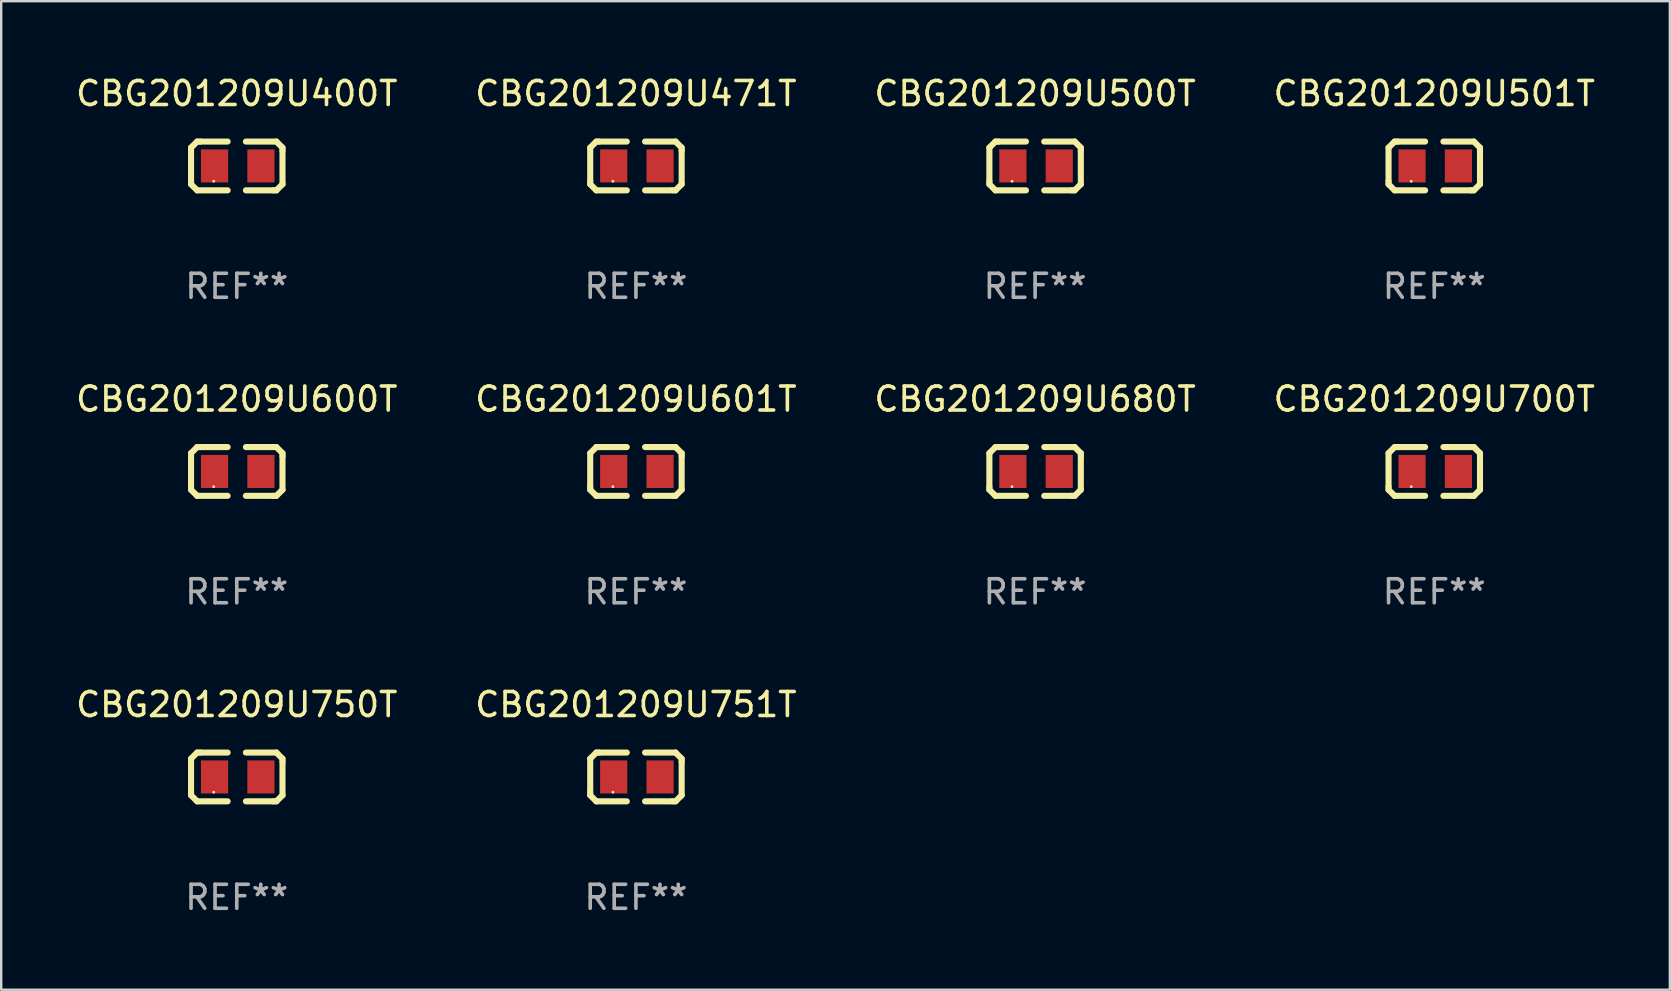
<source format=kicad_pcb>
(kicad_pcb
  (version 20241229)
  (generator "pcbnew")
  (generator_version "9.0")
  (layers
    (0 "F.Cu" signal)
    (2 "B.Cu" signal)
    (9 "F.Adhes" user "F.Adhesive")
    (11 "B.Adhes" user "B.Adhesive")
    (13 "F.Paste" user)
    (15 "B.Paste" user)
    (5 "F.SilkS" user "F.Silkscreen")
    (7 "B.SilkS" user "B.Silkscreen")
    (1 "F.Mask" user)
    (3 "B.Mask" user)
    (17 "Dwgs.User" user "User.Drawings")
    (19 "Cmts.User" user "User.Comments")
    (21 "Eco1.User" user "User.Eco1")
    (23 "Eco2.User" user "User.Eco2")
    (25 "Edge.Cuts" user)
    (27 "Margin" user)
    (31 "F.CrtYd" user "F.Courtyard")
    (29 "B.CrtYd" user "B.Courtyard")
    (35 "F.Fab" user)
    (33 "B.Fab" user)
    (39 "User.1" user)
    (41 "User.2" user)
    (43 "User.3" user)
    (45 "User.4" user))
  (footprint "CBG201209U471T"
    (layer "F.Cu")
    (at 23.446 3.864)
    (property "Reference" "CBG201209U471T" (at 0 -3.016 0) (layer "F.SilkS") (effects (font (size 1 1) (thickness 0.15))))
    (attr through_hole)
    (fp_line (start -1.905 -0.762) (end -1.905 0.635) (stroke (width 0.254) (type solid)) (layer "F.SilkS"))
    (fp_line (start -1.905 0.635) (end -1.905 0.762) (stroke (width 0.254) (type solid)) (layer "F.SilkS"))
    (fp_line (start -1.905 0.762) (end -1.651 1.016) (stroke (width 0.254) (type solid)) (layer "F.SilkS"))
    (fp_line (start -1.651 -1.016) (end -1.905 -0.762) (stroke (width 0.254) (type solid)) (layer "F.SilkS"))
    (fp_line (start -1.651 1.016) (end -0.381 1.016) (stroke (width 0.254) (type solid)) (layer "F.SilkS"))
    (fp_line (start -1.524 -1.016) (end -1.651 -1.016) (stroke (width 0.254) (type solid)) (layer "F.SilkS"))
    (fp_line (start -0.381 -1.016) (end -1.524 -1.016) (stroke (width 0.254) (type solid)) (layer "F.SilkS"))
    (fp_line (start 0.381 1.016) (end 1.524 1.016) (stroke (width 0.254) (type solid)) (layer "F.SilkS"))
    (fp_line (start 1.524 1.016) (end 1.651 1.016) (stroke (width 0.254) (type solid)) (layer "F.SilkS"))
    (fp_line (start 1.651 -1.016) (end 0.381 -1.016) (stroke (width 0.254) (type solid)) (layer "F.SilkS"))
    (fp_line (start 1.651 1.016) (end 1.905 0.762) (stroke (width 0.254) (type solid)) (layer "F.SilkS"))
    (fp_line (start 1.905 -0.762) (end 1.651 -1.016) (stroke (width 0.254) (type solid)) (layer "F.SilkS"))
    (fp_line (start 1.905 -0.635) (end 1.905 -0.762) (stroke (width 0.254) (type solid)) (layer "F.SilkS"))
    (fp_line (start 1.905 0.762) (end 1.905 -0.635) (stroke (width 0.254) (type solid)) (layer "F.SilkS"))
    (fp_circle (center -0.96 0.637) (end -0.93 0.637) (stroke (width 0.06) (type solid)) (fill no) (layer "F.SilkS"))
    (fp_text user "REF**" (at 0 5.016 0) (layer "F.Fab") (effects (font (size 1 1) (thickness 0.15))))
    (pad "1" smd rect (at -0.926 -0.000051) (size 1.133 1.377) (layers "F.Cu" "F.Mask" "F.Paste"))
    (pad "2" smd rect (at 1.006 -0.000051) (size 1.133 1.377) (layers "F.Cu" "F.Mask" "F.Paste")))
  (footprint "CBG201209U750T"
    (layer "F.Cu")
    (at 6.815 29.321)
    (property "Reference" "CBG201209U750T" (at 0 -3.016 0) (layer "F.SilkS") (effects (font (size 1 1) (thickness 0.15))))
    (attr through_hole)
    (fp_line (start -1.905 -0.762) (end -1.905 0.635) (stroke (width 0.254) (type solid)) (layer "F.SilkS"))
    (fp_line (start -1.905 0.635) (end -1.905 0.762) (stroke (width 0.254) (type solid)) (layer "F.SilkS"))
    (fp_line (start -1.905 0.762) (end -1.651 1.016) (stroke (width 0.254) (type solid)) (layer "F.SilkS"))
    (fp_line (start -1.651 -1.016) (end -1.905 -0.762) (stroke (width 0.254) (type solid)) (layer "F.SilkS"))
    (fp_line (start -1.651 1.016) (end -0.381 1.016) (stroke (width 0.254) (type solid)) (layer "F.SilkS"))
    (fp_line (start -1.524 -1.016) (end -1.651 -1.016) (stroke (width 0.254) (type solid)) (layer "F.SilkS"))
    (fp_line (start -0.381 -1.016) (end -1.524 -1.016) (stroke (width 0.254) (type solid)) (layer "F.SilkS"))
    (fp_line (start 0.381 1.016) (end 1.524 1.016) (stroke (width 0.254) (type solid)) (layer "F.SilkS"))
    (fp_line (start 1.524 1.016) (end 1.651 1.016) (stroke (width 0.254) (type solid)) (layer "F.SilkS"))
    (fp_line (start 1.651 -1.016) (end 0.381 -1.016) (stroke (width 0.254) (type solid)) (layer "F.SilkS"))
    (fp_line (start 1.651 1.016) (end 1.905 0.762) (stroke (width 0.254) (type solid)) (layer "F.SilkS"))
    (fp_line (start 1.905 -0.762) (end 1.651 -1.016) (stroke (width 0.254) (type solid)) (layer "F.SilkS"))
    (fp_line (start 1.905 -0.635) (end 1.905 -0.762) (stroke (width 0.254) (type solid)) (layer "F.SilkS"))
    (fp_line (start 1.905 0.762) (end 1.905 -0.635) (stroke (width 0.254) (type solid)) (layer "F.SilkS"))
    (fp_circle (center -0.96 0.637) (end -0.93 0.637) (stroke (width 0.06) (type solid)) (fill no) (layer "F.SilkS"))
    (fp_text user "REF**" (at 0 5.016 0) (layer "F.Fab") (effects (font (size 1 1) (thickness 0.15))))
    (pad "1" smd rect (at -0.926 -0.000051) (size 1.133 1.377) (layers "F.Cu" "F.Mask" "F.Paste"))
    (pad "2" smd rect (at 1.006 -0.000051) (size 1.133 1.377) (layers "F.Cu" "F.Mask" "F.Paste")))
  (footprint "CBG201209U680T"
    (layer "F.Cu")
    (at 40.077 16.593)
    (property "Reference" "CBG201209U680T" (at 0 -3.016 0) (layer "F.SilkS") (effects (font (size 1 1) (thickness 0.15))))
    (attr through_hole)
    (fp_line (start -1.905 -0.762) (end -1.905 0.635) (stroke (width 0.254) (type solid)) (layer "F.SilkS"))
    (fp_line (start -1.905 0.635) (end -1.905 0.762) (stroke (width 0.254) (type solid)) (layer "F.SilkS"))
    (fp_line (start -1.905 0.762) (end -1.651 1.016) (stroke (width 0.254) (type solid)) (layer "F.SilkS"))
    (fp_line (start -1.651 -1.016) (end -1.905 -0.762) (stroke (width 0.254) (type solid)) (layer "F.SilkS"))
    (fp_line (start -1.651 1.016) (end -0.381 1.016) (stroke (width 0.254) (type solid)) (layer "F.SilkS"))
    (fp_line (start -1.524 -1.016) (end -1.651 -1.016) (stroke (width 0.254) (type solid)) (layer "F.SilkS"))
    (fp_line (start -0.381 -1.016) (end -1.524 -1.016) (stroke (width 0.254) (type solid)) (layer "F.SilkS"))
    (fp_line (start 0.381 1.016) (end 1.524 1.016) (stroke (width 0.254) (type solid)) (layer "F.SilkS"))
    (fp_line (start 1.524 1.016) (end 1.651 1.016) (stroke (width 0.254) (type solid)) (layer "F.SilkS"))
    (fp_line (start 1.651 -1.016) (end 0.381 -1.016) (stroke (width 0.254) (type solid)) (layer "F.SilkS"))
    (fp_line (start 1.651 1.016) (end 1.905 0.762) (stroke (width 0.254) (type solid)) (layer "F.SilkS"))
    (fp_line (start 1.905 -0.762) (end 1.651 -1.016) (stroke (width 0.254) (type solid)) (layer "F.SilkS"))
    (fp_line (start 1.905 -0.635) (end 1.905 -0.762) (stroke (width 0.254) (type solid)) (layer "F.SilkS"))
    (fp_line (start 1.905 0.762) (end 1.905 -0.635) (stroke (width 0.254) (type solid)) (layer "F.SilkS"))
    (fp_circle (center -0.96 0.637) (end -0.93 0.637) (stroke (width 0.06) (type solid)) (fill no) (layer "F.SilkS"))
    (fp_text user "REF**" (at 0 5.016 0) (layer "F.Fab") (effects (font (size 1 1) (thickness 0.15))))
    (pad "1" smd rect (at -0.926 -0.000051) (size 1.133 1.377) (layers "F.Cu" "F.Mask" "F.Paste"))
    (pad "2" smd rect (at 1.006 -0.000051) (size 1.133 1.377) (layers "F.Cu" "F.Mask" "F.Paste")))
  (footprint "CBG201209U400T"
    (layer "F.Cu")
    (at 6.815 3.864)
    (property "Reference" "CBG201209U400T" (at 0 -3.016 0) (layer "F.SilkS") (effects (font (size 1 1) (thickness 0.15))))
    (attr through_hole)
    (fp_line (start -1.905 -0.762) (end -1.905 0.635) (stroke (width 0.254) (type solid)) (layer "F.SilkS"))
    (fp_line (start -1.905 0.635) (end -1.905 0.762) (stroke (width 0.254) (type solid)) (layer "F.SilkS"))
    (fp_line (start -1.905 0.762) (end -1.651 1.016) (stroke (width 0.254) (type solid)) (layer "F.SilkS"))
    (fp_line (start -1.651 -1.016) (end -1.905 -0.762) (stroke (width 0.254) (type solid)) (layer "F.SilkS"))
    (fp_line (start -1.651 1.016) (end -0.381 1.016) (stroke (width 0.254) (type solid)) (layer "F.SilkS"))
    (fp_line (start -1.524 -1.016) (end -1.651 -1.016) (stroke (width 0.254) (type solid)) (layer "F.SilkS"))
    (fp_line (start -0.381 -1.016) (end -1.524 -1.016) (stroke (width 0.254) (type solid)) (layer "F.SilkS"))
    (fp_line (start 0.381 1.016) (end 1.524 1.016) (stroke (width 0.254) (type solid)) (layer "F.SilkS"))
    (fp_line (start 1.524 1.016) (end 1.651 1.016) (stroke (width 0.254) (type solid)) (layer "F.SilkS"))
    (fp_line (start 1.651 -1.016) (end 0.381 -1.016) (stroke (width 0.254) (type solid)) (layer "F.SilkS"))
    (fp_line (start 1.651 1.016) (end 1.905 0.762) (stroke (width 0.254) (type solid)) (layer "F.SilkS"))
    (fp_line (start 1.905 -0.762) (end 1.651 -1.016) (stroke (width 0.254) (type solid)) (layer "F.SilkS"))
    (fp_line (start 1.905 -0.635) (end 1.905 -0.762) (stroke (width 0.254) (type solid)) (layer "F.SilkS"))
    (fp_line (start 1.905 0.762) (end 1.905 -0.635) (stroke (width 0.254) (type solid)) (layer "F.SilkS"))
    (fp_circle (center -0.96 0.637) (end -0.93 0.637) (stroke (width 0.06) (type solid)) (fill no) (layer "F.SilkS"))
    (fp_text user "REF**" (at 0 5.016 0) (layer "F.Fab") (effects (font (size 1 1) (thickness 0.15))))
    (pad "1" smd rect (at -0.926 -0.000051) (size 1.133 1.377) (layers "F.Cu" "F.Mask" "F.Paste"))
    (pad "2" smd rect (at 1.006 -0.000051) (size 1.133 1.377) (layers "F.Cu" "F.Mask" "F.Paste")))
  (footprint "CBG201209U751T"
    (layer "F.Cu")
    (at 23.446 29.321)
    (property "Reference" "CBG201209U751T" (at 0 -3.016 0) (layer "F.SilkS") (effects (font (size 1 1) (thickness 0.15))))
    (attr through_hole)
    (fp_line (start -1.905 -0.762) (end -1.905 0.635) (stroke (width 0.254) (type solid)) (layer "F.SilkS"))
    (fp_line (start -1.905 0.635) (end -1.905 0.762) (stroke (width 0.254) (type solid)) (layer "F.SilkS"))
    (fp_line (start -1.905 0.762) (end -1.651 1.016) (stroke (width 0.254) (type solid)) (layer "F.SilkS"))
    (fp_line (start -1.651 -1.016) (end -1.905 -0.762) (stroke (width 0.254) (type solid)) (layer "F.SilkS"))
    (fp_line (start -1.651 1.016) (end -0.381 1.016) (stroke (width 0.254) (type solid)) (layer "F.SilkS"))
    (fp_line (start -1.524 -1.016) (end -1.651 -1.016) (stroke (width 0.254) (type solid)) (layer "F.SilkS"))
    (fp_line (start -0.381 -1.016) (end -1.524 -1.016) (stroke (width 0.254) (type solid)) (layer "F.SilkS"))
    (fp_line (start 0.381 1.016) (end 1.524 1.016) (stroke (width 0.254) (type solid)) (layer "F.SilkS"))
    (fp_line (start 1.524 1.016) (end 1.651 1.016) (stroke (width 0.254) (type solid)) (layer "F.SilkS"))
    (fp_line (start 1.651 -1.016) (end 0.381 -1.016) (stroke (width 0.254) (type solid)) (layer "F.SilkS"))
    (fp_line (start 1.651 1.016) (end 1.905 0.762) (stroke (width 0.254) (type solid)) (layer "F.SilkS"))
    (fp_line (start 1.905 -0.762) (end 1.651 -1.016) (stroke (width 0.254) (type solid)) (layer "F.SilkS"))
    (fp_line (start 1.905 -0.635) (end 1.905 -0.762) (stroke (width 0.254) (type solid)) (layer "F.SilkS"))
    (fp_line (start 1.905 0.762) (end 1.905 -0.635) (stroke (width 0.254) (type solid)) (layer "F.SilkS"))
    (fp_circle (center -0.96 0.637) (end -0.93 0.637) (stroke (width 0.06) (type solid)) (fill no) (layer "F.SilkS"))
    (fp_text user "REF**" (at 0 5.016 0) (layer "F.Fab") (effects (font (size 1 1) (thickness 0.15))))
    (pad "1" smd rect (at -0.926 -0.000051) (size 1.133 1.377) (layers "F.Cu" "F.Mask" "F.Paste"))
    (pad "2" smd rect (at 1.006 -0.000051) (size 1.133 1.377) (layers "F.Cu" "F.Mask" "F.Paste")))
  (footprint "CBG201209U500T"
    (layer "F.Cu")
    (at 40.077 3.864)
    (property "Reference" "CBG201209U500T" (at 0 -3.016 0) (layer "F.SilkS") (effects (font (size 1 1) (thickness 0.15))))
    (attr through_hole)
    (fp_line (start -1.905 -0.762) (end -1.905 0.635) (stroke (width 0.254) (type solid)) (layer "F.SilkS"))
    (fp_line (start -1.905 0.635) (end -1.905 0.762) (stroke (width 0.254) (type solid)) (layer "F.SilkS"))
    (fp_line (start -1.905 0.762) (end -1.651 1.016) (stroke (width 0.254) (type solid)) (layer "F.SilkS"))
    (fp_line (start -1.651 -1.016) (end -1.905 -0.762) (stroke (width 0.254) (type solid)) (layer "F.SilkS"))
    (fp_line (start -1.651 1.016) (end -0.381 1.016) (stroke (width 0.254) (type solid)) (layer "F.SilkS"))
    (fp_line (start -1.524 -1.016) (end -1.651 -1.016) (stroke (width 0.254) (type solid)) (layer "F.SilkS"))
    (fp_line (start -0.381 -1.016) (end -1.524 -1.016) (stroke (width 0.254) (type solid)) (layer "F.SilkS"))
    (fp_line (start 0.381 1.016) (end 1.524 1.016) (stroke (width 0.254) (type solid)) (layer "F.SilkS"))
    (fp_line (start 1.524 1.016) (end 1.651 1.016) (stroke (width 0.254) (type solid)) (layer "F.SilkS"))
    (fp_line (start 1.651 -1.016) (end 0.381 -1.016) (stroke (width 0.254) (type solid)) (layer "F.SilkS"))
    (fp_line (start 1.651 1.016) (end 1.905 0.762) (stroke (width 0.254) (type solid)) (layer "F.SilkS"))
    (fp_line (start 1.905 -0.762) (end 1.651 -1.016) (stroke (width 0.254) (type solid)) (layer "F.SilkS"))
    (fp_line (start 1.905 -0.635) (end 1.905 -0.762) (stroke (width 0.254) (type solid)) (layer "F.SilkS"))
    (fp_line (start 1.905 0.762) (end 1.905 -0.635) (stroke (width 0.254) (type solid)) (layer "F.SilkS"))
    (fp_circle (center -0.96 0.637) (end -0.93 0.637) (stroke (width 0.06) (type solid)) (fill no) (layer "F.SilkS"))
    (fp_text user "REF**" (at 0 5.016 0) (layer "F.Fab") (effects (font (size 1 1) (thickness 0.15))))
    (pad "1" smd rect (at -0.926 -0.000051) (size 1.133 1.377) (layers "F.Cu" "F.Mask" "F.Paste"))
    (pad "2" smd rect (at 1.006 -0.000051) (size 1.133 1.377) (layers "F.Cu" "F.Mask" "F.Paste")))
  (footprint "CBG201209U600T"
    (layer "F.Cu")
    (at 6.815 16.593)
    (property "Reference" "CBG201209U600T" (at 0 -3.016 0) (layer "F.SilkS") (effects (font (size 1 1) (thickness 0.15))))
    (attr through_hole)
    (fp_line (start -1.905 -0.762) (end -1.905 0.635) (stroke (width 0.254) (type solid)) (layer "F.SilkS"))
    (fp_line (start -1.905 0.635) (end -1.905 0.762) (stroke (width 0.254) (type solid)) (layer "F.SilkS"))
    (fp_line (start -1.905 0.762) (end -1.651 1.016) (stroke (width 0.254) (type solid)) (layer "F.SilkS"))
    (fp_line (start -1.651 -1.016) (end -1.905 -0.762) (stroke (width 0.254) (type solid)) (layer "F.SilkS"))
    (fp_line (start -1.651 1.016) (end -0.381 1.016) (stroke (width 0.254) (type solid)) (layer "F.SilkS"))
    (fp_line (start -1.524 -1.016) (end -1.651 -1.016) (stroke (width 0.254) (type solid)) (layer "F.SilkS"))
    (fp_line (start -0.381 -1.016) (end -1.524 -1.016) (stroke (width 0.254) (type solid)) (layer "F.SilkS"))
    (fp_line (start 0.381 1.016) (end 1.524 1.016) (stroke (width 0.254) (type solid)) (layer "F.SilkS"))
    (fp_line (start 1.524 1.016) (end 1.651 1.016) (stroke (width 0.254) (type solid)) (layer "F.SilkS"))
    (fp_line (start 1.651 -1.016) (end 0.381 -1.016) (stroke (width 0.254) (type solid)) (layer "F.SilkS"))
    (fp_line (start 1.651 1.016) (end 1.905 0.762) (stroke (width 0.254) (type solid)) (layer "F.SilkS"))
    (fp_line (start 1.905 -0.762) (end 1.651 -1.016) (stroke (width 0.254) (type solid)) (layer "F.SilkS"))
    (fp_line (start 1.905 -0.635) (end 1.905 -0.762) (stroke (width 0.254) (type solid)) (layer "F.SilkS"))
    (fp_line (start 1.905 0.762) (end 1.905 -0.635) (stroke (width 0.254) (type solid)) (layer "F.SilkS"))
    (fp_circle (center -0.96 0.637) (end -0.93 0.637) (stroke (width 0.06) (type solid)) (fill no) (layer "F.SilkS"))
    (fp_text user "REF**" (at 0 5.016 0) (layer "F.Fab") (effects (font (size 1 1) (thickness 0.15))))
    (pad "1" smd rect (at -0.926 -0.000051) (size 1.133 1.377) (layers "F.Cu" "F.Mask" "F.Paste"))
    (pad "2" smd rect (at 1.006 -0.000051) (size 1.133 1.377) (layers "F.Cu" "F.Mask" "F.Paste")))
  (footprint "CBG201209U700T"
    (layer "F.Cu")
    (at 56.708 16.593)
    (property "Reference" "CBG201209U700T" (at 0 -3.016 0) (layer "F.SilkS") (effects (font (size 1 1) (thickness 0.15))))
    (attr through_hole)
    (fp_line (start -1.905 -0.762) (end -1.905 0.635) (stroke (width 0.254) (type solid)) (layer "F.SilkS"))
    (fp_line (start -1.905 0.635) (end -1.905 0.762) (stroke (width 0.254) (type solid)) (layer "F.SilkS"))
    (fp_line (start -1.905 0.762) (end -1.651 1.016) (stroke (width 0.254) (type solid)) (layer "F.SilkS"))
    (fp_line (start -1.651 -1.016) (end -1.905 -0.762) (stroke (width 0.254) (type solid)) (layer "F.SilkS"))
    (fp_line (start -1.651 1.016) (end -0.381 1.016) (stroke (width 0.254) (type solid)) (layer "F.SilkS"))
    (fp_line (start -1.524 -1.016) (end -1.651 -1.016) (stroke (width 0.254) (type solid)) (layer "F.SilkS"))
    (fp_line (start -0.381 -1.016) (end -1.524 -1.016) (stroke (width 0.254) (type solid)) (layer "F.SilkS"))
    (fp_line (start 0.381 1.016) (end 1.524 1.016) (stroke (width 0.254) (type solid)) (layer "F.SilkS"))
    (fp_line (start 1.524 1.016) (end 1.651 1.016) (stroke (width 0.254) (type solid)) (layer "F.SilkS"))
    (fp_line (start 1.651 -1.016) (end 0.381 -1.016) (stroke (width 0.254) (type solid)) (layer "F.SilkS"))
    (fp_line (start 1.651 1.016) (end 1.905 0.762) (stroke (width 0.254) (type solid)) (layer "F.SilkS"))
    (fp_line (start 1.905 -0.762) (end 1.651 -1.016) (stroke (width 0.254) (type solid)) (layer "F.SilkS"))
    (fp_line (start 1.905 -0.635) (end 1.905 -0.762) (stroke (width 0.254) (type solid)) (layer "F.SilkS"))
    (fp_line (start 1.905 0.762) (end 1.905 -0.635) (stroke (width 0.254) (type solid)) (layer "F.SilkS"))
    (fp_circle (center -0.96 0.637) (end -0.93 0.637) (stroke (width 0.06) (type solid)) (fill no) (layer "F.SilkS"))
    (fp_text user "REF**" (at 0 5.016 0) (layer "F.Fab") (effects (font (size 1 1) (thickness 0.15))))
    (pad "1" smd rect (at -0.926 -0.000051) (size 1.133 1.377) (layers "F.Cu" "F.Mask" "F.Paste"))
    (pad "2" smd rect (at 1.006 -0.000051) (size 1.133 1.377) (layers "F.Cu" "F.Mask" "F.Paste")))
  (footprint "CBG201209U501T"
    (layer "F.Cu")
    (at 56.708 3.864)
    (property "Reference" "CBG201209U501T" (at 0 -3.016 0) (layer "F.SilkS") (effects (font (size 1 1) (thickness 0.15))))
    (attr through_hole)
    (fp_line (start -1.905 -0.762) (end -1.905 0.635) (stroke (width 0.254) (type solid)) (layer "F.SilkS"))
    (fp_line (start -1.905 0.635) (end -1.905 0.762) (stroke (width 0.254) (type solid)) (layer "F.SilkS"))
    (fp_line (start -1.905 0.762) (end -1.651 1.016) (stroke (width 0.254) (type solid)) (layer "F.SilkS"))
    (fp_line (start -1.651 -1.016) (end -1.905 -0.762) (stroke (width 0.254) (type solid)) (layer "F.SilkS"))
    (fp_line (start -1.651 1.016) (end -0.381 1.016) (stroke (width 0.254) (type solid)) (layer "F.SilkS"))
    (fp_line (start -1.524 -1.016) (end -1.651 -1.016) (stroke (width 0.254) (type solid)) (layer "F.SilkS"))
    (fp_line (start -0.381 -1.016) (end -1.524 -1.016) (stroke (width 0.254) (type solid)) (layer "F.SilkS"))
    (fp_line (start 0.381 1.016) (end 1.524 1.016) (stroke (width 0.254) (type solid)) (layer "F.SilkS"))
    (fp_line (start 1.524 1.016) (end 1.651 1.016) (stroke (width 0.254) (type solid)) (layer "F.SilkS"))
    (fp_line (start 1.651 -1.016) (end 0.381 -1.016) (stroke (width 0.254) (type solid)) (layer "F.SilkS"))
    (fp_line (start 1.651 1.016) (end 1.905 0.762) (stroke (width 0.254) (type solid)) (layer "F.SilkS"))
    (fp_line (start 1.905 -0.762) (end 1.651 -1.016) (stroke (width 0.254) (type solid)) (layer "F.SilkS"))
    (fp_line (start 1.905 -0.635) (end 1.905 -0.762) (stroke (width 0.254) (type solid)) (layer "F.SilkS"))
    (fp_line (start 1.905 0.762) (end 1.905 -0.635) (stroke (width 0.254) (type solid)) (layer "F.SilkS"))
    (fp_circle (center -0.96 0.637) (end -0.93 0.637) (stroke (width 0.06) (type solid)) (fill no) (layer "F.SilkS"))
    (fp_text user "REF**" (at 0 5.016 0) (layer "F.Fab") (effects (font (size 1 1) (thickness 0.15))))
    (pad "1" smd rect (at -0.926 -0.000051) (size 1.133 1.377) (layers "F.Cu" "F.Mask" "F.Paste"))
    (pad "2" smd rect (at 1.006 -0.000051) (size 1.133 1.377) (layers "F.Cu" "F.Mask" "F.Paste")))
  (footprint "CBG201209U601T"
    (layer "F.Cu")
    (at 23.446 16.593)
    (property "Reference" "CBG201209U601T" (at 0 -3.016 0) (layer "F.SilkS") (effects (font (size 1 1) (thickness 0.15))))
    (attr through_hole)
    (fp_line (start -1.905 -0.762) (end -1.905 0.635) (stroke (width 0.254) (type solid)) (layer "F.SilkS"))
    (fp_line (start -1.905 0.635) (end -1.905 0.762) (stroke (width 0.254) (type solid)) (layer "F.SilkS"))
    (fp_line (start -1.905 0.762) (end -1.651 1.016) (stroke (width 0.254) (type solid)) (layer "F.SilkS"))
    (fp_line (start -1.651 -1.016) (end -1.905 -0.762) (stroke (width 0.254) (type solid)) (layer "F.SilkS"))
    (fp_line (start -1.651 1.016) (end -0.381 1.016) (stroke (width 0.254) (type solid)) (layer "F.SilkS"))
    (fp_line (start -1.524 -1.016) (end -1.651 -1.016) (stroke (width 0.254) (type solid)) (layer "F.SilkS"))
    (fp_line (start -0.381 -1.016) (end -1.524 -1.016) (stroke (width 0.254) (type solid)) (layer "F.SilkS"))
    (fp_line (start 0.381 1.016) (end 1.524 1.016) (stroke (width 0.254) (type solid)) (layer "F.SilkS"))
    (fp_line (start 1.524 1.016) (end 1.651 1.016) (stroke (width 0.254) (type solid)) (layer "F.SilkS"))
    (fp_line (start 1.651 -1.016) (end 0.381 -1.016) (stroke (width 0.254) (type solid)) (layer "F.SilkS"))
    (fp_line (start 1.651 1.016) (end 1.905 0.762) (stroke (width 0.254) (type solid)) (layer "F.SilkS"))
    (fp_line (start 1.905 -0.762) (end 1.651 -1.016) (stroke (width 0.254) (type solid)) (layer "F.SilkS"))
    (fp_line (start 1.905 -0.635) (end 1.905 -0.762) (stroke (width 0.254) (type solid)) (layer "F.SilkS"))
    (fp_line (start 1.905 0.762) (end 1.905 -0.635) (stroke (width 0.254) (type solid)) (layer "F.SilkS"))
    (fp_circle (center -0.96 0.637) (end -0.93 0.637) (stroke (width 0.06) (type solid)) (fill no) (layer "F.SilkS"))
    (fp_text user "REF**" (at 0 5.016 0) (layer "F.Fab") (effects (font (size 1 1) (thickness 0.15))))
    (pad "1" smd rect (at -0.926 -0.000051) (size 1.133 1.377) (layers "F.Cu" "F.Mask" "F.Paste"))
    (pad "2" smd rect (at 1.006 -0.000051) (size 1.133 1.377) (layers "F.Cu" "F.Mask" "F.Paste")))
  (gr_rect
    (start -3 -3)
    (end 66.524 38.186)
    (stroke (width 0.1) (type default))
    (fill no)
    (layer "Edge.Cuts")))
</source>
